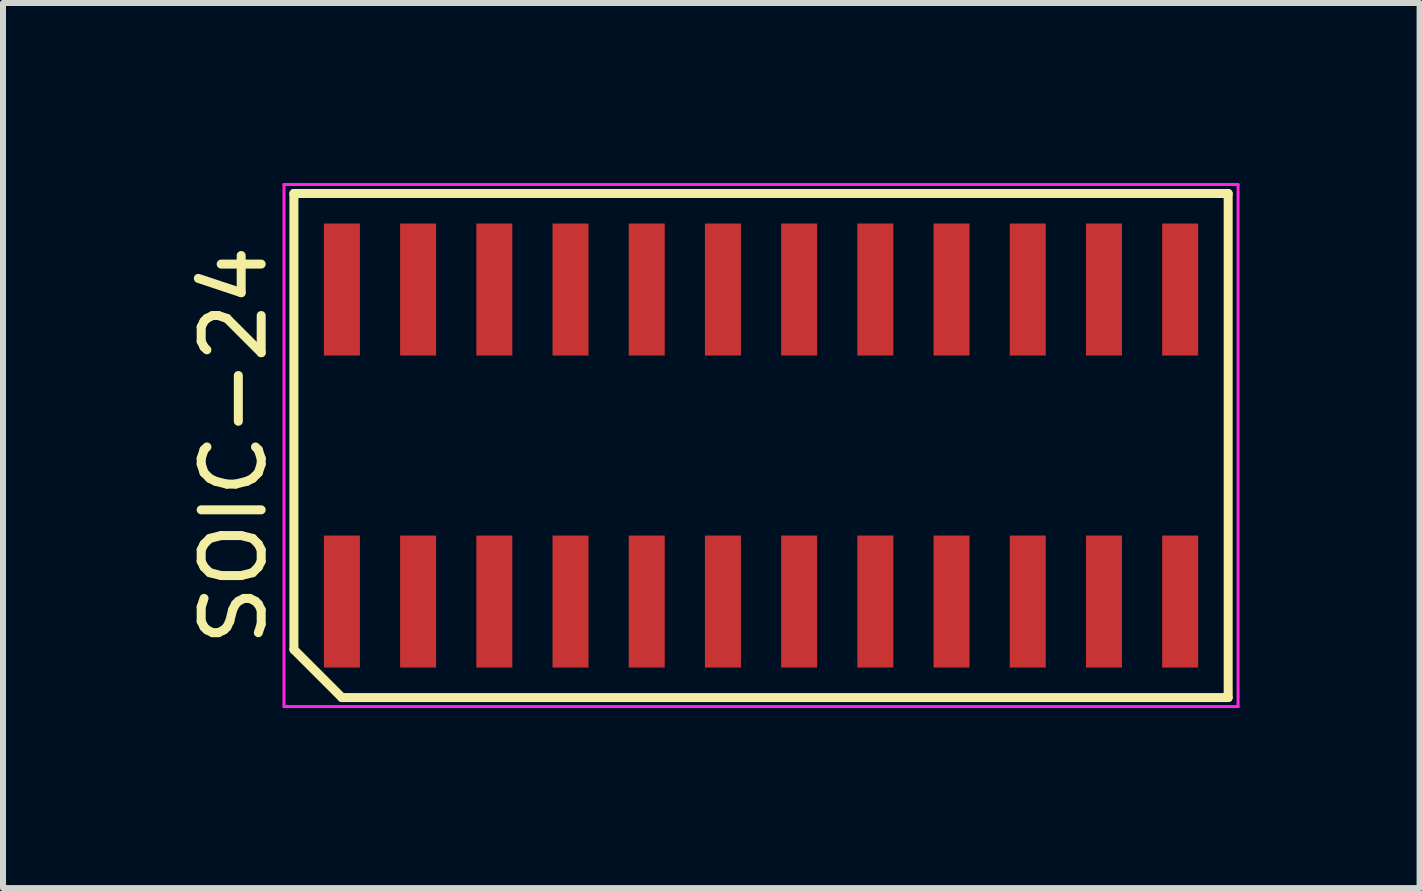
<source format=kicad_pcb>
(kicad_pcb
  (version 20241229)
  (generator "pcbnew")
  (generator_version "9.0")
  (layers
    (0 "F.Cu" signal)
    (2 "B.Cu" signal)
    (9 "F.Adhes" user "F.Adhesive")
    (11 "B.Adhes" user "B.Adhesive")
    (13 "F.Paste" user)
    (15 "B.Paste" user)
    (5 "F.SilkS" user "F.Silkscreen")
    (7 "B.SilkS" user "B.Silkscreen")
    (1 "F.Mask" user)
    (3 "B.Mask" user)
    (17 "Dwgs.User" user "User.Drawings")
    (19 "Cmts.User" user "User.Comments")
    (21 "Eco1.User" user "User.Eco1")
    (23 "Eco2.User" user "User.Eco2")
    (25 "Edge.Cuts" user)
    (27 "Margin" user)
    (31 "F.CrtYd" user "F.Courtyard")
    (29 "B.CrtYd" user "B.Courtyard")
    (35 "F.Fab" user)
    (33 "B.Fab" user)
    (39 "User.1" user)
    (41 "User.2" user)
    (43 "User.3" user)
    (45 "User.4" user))
  (footprint "SOIC-24"
    (layer "F.Cu")
    (at 9.633 4.375)
    (property "Reference" "SOIC-24" (at -8.785 0 90) (layer "F.SilkS") (effects (font (size 1 1) (thickness 0.15))))
    (attr smd)
    (fp_line (start -7.785 -4.2) (end 7.785 -4.2) (stroke (width 0.15) (type solid)) (layer "F.SilkS"))
    (fp_line (start -7.785 3.4) (end -7.785 -4.2) (stroke (width 0.15) (type solid)) (layer "F.SilkS"))
    (fp_line (start -6.985 4.2) (end -7.785 3.4) (stroke (width 0.15) (type solid)) (layer "F.SilkS"))
    (fp_line (start 7.785 -4.2) (end 7.785 4.2) (stroke (width 0.15) (type solid)) (layer "F.SilkS"))
    (fp_line (start 7.785 4.2) (end -6.985 4.2) (stroke (width 0.15) (type solid)) (layer "F.SilkS"))
    (fp_line (start -7.95 -4.35) (end 7.95 -4.35) (stroke (width 0.05) (type solid)) (layer "F.CrtYd"))
    (fp_line (start -7.95 4.35) (end -7.95 -4.35) (stroke (width 0.05) (type solid)) (layer "F.CrtYd"))
    (fp_line (start 7.95 -4.35) (end 7.95 4.35) (stroke (width 0.05) (type solid)) (layer "F.CrtYd"))
    (fp_line (start 7.95 4.35) (end -7.95 4.35) (stroke (width 0.05) (type solid)) (layer "F.CrtYd"))
    (pad "1" smd rect (at -6.985 2.6) (size 0.6 2.2) (layers "F.Cu" "F.Mask" "F.Paste"))
    (pad "2" smd rect (at -5.715 2.6) (size 0.6 2.2) (layers "F.Cu" "F.Mask" "F.Paste"))
    (pad "3" smd rect (at -4.445 2.6) (size 0.6 2.2) (layers "F.Cu" "F.Mask" "F.Paste"))
    (pad "4" smd rect (at -3.175 2.6) (size 0.6 2.2) (layers "F.Cu" "F.Mask" "F.Paste"))
    (pad "5" smd rect (at -1.905 2.6) (size 0.6 2.2) (layers "F.Cu" "F.Mask" "F.Paste"))
    (pad "6" smd rect (at -0.635 2.6) (size 0.6 2.2) (layers "F.Cu" "F.Mask" "F.Paste"))
    (pad "7" smd rect (at 0.635 2.6) (size 0.6 2.2) (layers "F.Cu" "F.Mask" "F.Paste"))
    (pad "8" smd rect (at 1.905 2.6) (size 0.6 2.2) (layers "F.Cu" "F.Mask" "F.Paste"))
    (pad "9" smd rect (at 3.175 2.6) (size 0.6 2.2) (layers "F.Cu" "F.Mask" "F.Paste"))
    (pad "10" smd rect (at 4.445 2.6) (size 0.6 2.2) (layers "F.Cu" "F.Mask" "F.Paste"))
    (pad "11" smd rect (at 5.715 2.6) (size 0.6 2.2) (layers "F.Cu" "F.Mask" "F.Paste"))
    (pad "12" smd rect (at 6.985 2.6) (size 0.6 2.2) (layers "F.Cu" "F.Mask" "F.Paste"))
    (pad "13" smd rect (at 6.985 -2.6) (size 0.6 2.2) (layers "F.Cu" "F.Mask" "F.Paste"))
    (pad "14" smd rect (at 5.715 -2.6) (size 0.6 2.2) (layers "F.Cu" "F.Mask" "F.Paste"))
    (pad "15" smd rect (at 4.445 -2.6) (size 0.6 2.2) (layers "F.Cu" "F.Mask" "F.Paste"))
    (pad "16" smd rect (at 3.175 -2.6) (size 0.6 2.2) (layers "F.Cu" "F.Mask" "F.Paste"))
    (pad "17" smd rect (at 1.905 -2.6) (size 0.6 2.2) (layers "F.Cu" "F.Mask" "F.Paste"))
    (pad "18" smd rect (at 0.635 -2.6) (size 0.6 2.2) (layers "F.Cu" "F.Mask" "F.Paste"))
    (pad "19" smd rect (at -0.635 -2.6) (size 0.6 2.2) (layers "F.Cu" "F.Mask" "F.Paste"))
    (pad "20" smd rect (at -1.905 -2.6) (size 0.6 2.2) (layers "F.Cu" "F.Mask" "F.Paste"))
    (pad "21" smd rect (at -3.175 -2.6) (size 0.6 2.2) (layers "F.Cu" "F.Mask" "F.Paste"))
    (pad "22" smd rect (at -4.445 -2.6) (size 0.6 2.2) (layers "F.Cu" "F.Mask" "F.Paste"))
    (pad "23" smd rect (at -5.715 -2.6) (size 0.6 2.2) (layers "F.Cu" "F.Mask" "F.Paste"))
    (pad "24" smd rect (at -6.985 -2.6) (size 0.6 2.2) (layers "F.Cu" "F.Mask" "F.Paste")))
  (gr_rect
    (start -3 -3)
    (end 20.608 11.75)
    (stroke (width 0.1) (type default))
    (fill no)
    (layer "Edge.Cuts")))
</source>
